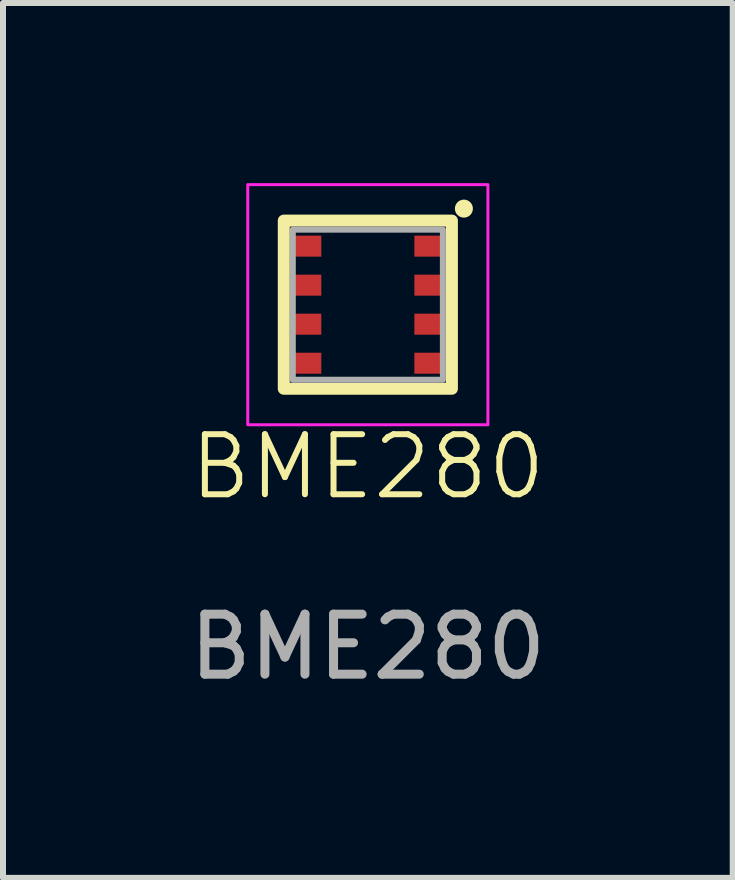
<source format=kicad_pcb>
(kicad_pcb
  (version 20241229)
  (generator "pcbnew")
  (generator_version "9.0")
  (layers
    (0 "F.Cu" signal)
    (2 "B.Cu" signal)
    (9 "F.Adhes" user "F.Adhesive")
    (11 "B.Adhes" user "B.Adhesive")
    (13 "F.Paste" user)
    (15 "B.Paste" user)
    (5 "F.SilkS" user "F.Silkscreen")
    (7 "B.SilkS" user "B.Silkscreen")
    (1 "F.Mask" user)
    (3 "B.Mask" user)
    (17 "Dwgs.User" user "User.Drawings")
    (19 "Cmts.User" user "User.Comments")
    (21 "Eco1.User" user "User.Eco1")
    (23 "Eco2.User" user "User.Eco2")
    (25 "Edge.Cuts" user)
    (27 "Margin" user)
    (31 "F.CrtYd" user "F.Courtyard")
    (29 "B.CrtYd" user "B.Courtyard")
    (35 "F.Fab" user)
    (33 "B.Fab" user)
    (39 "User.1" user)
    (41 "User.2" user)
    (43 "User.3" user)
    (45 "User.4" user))
  (footprint "BME280"
    (layer "F.Cu")
    (at 3.077 2.025)
    (property "Reference" "BME280" (at 0 2.7 0) (unlocked yes) (layer "F.SilkS") (effects (font (size 1 1) (thickness 0.1))))
    (attr smd)
    (fp_rect (start -1.4 -1.4) (end 1.4 1.4) (stroke (width 0.2) (type default)) (fill no) (layer "F.SilkS"))
    (fp_circle (center 1.6 -1.6) (end 1.7 -1.6) (stroke (width 0.1) (type solid)) (fill yes) (layer "F.SilkS"))
    (fp_rect (start -2 -2) (end 2 2) (stroke (width 0.05) (type default)) (fill no) (layer "F.CrtYd"))
    (fp_rect (start -1.25 -1.25) (end 1.25 1.25) (stroke (width 0.1) (type default)) (fill no) (layer "F.Fab"))
    (fp_text user "${REFERENCE}" (at 0 5.7 0) (unlocked yes) (layer "F.Fab") (effects (font (size 1 1) (thickness 0.15))))
    (pad "1" smd rect (at 1.025 -0.975) (size 0.5 0.35) (layers "F.Cu" "F.Mask" "F.Paste"))
    (pad "2" smd rect (at 1.025 -0.325) (size 0.5 0.35) (layers "F.Cu" "F.Mask" "F.Paste"))
    (pad "3" smd rect (at 1.025 0.325) (size 0.5 0.35) (layers "F.Cu" "F.Mask" "F.Paste"))
    (pad "4" smd rect (at 1.025 0.975) (size 0.5 0.35) (layers "F.Cu" "F.Mask" "F.Paste"))
    (pad "5" smd rect (at -1.025 0.975) (size 0.5 0.35) (layers "F.Cu" "F.Mask" "F.Paste"))
    (pad "6" smd rect (at -1.025 0.325) (size 0.5 0.35) (layers "F.Cu" "F.Mask" "F.Paste"))
    (pad "7" smd rect (at -1.025 -0.325) (size 0.5 0.35) (layers "F.Cu" "F.Mask" "F.Paste"))
    (pad "8" smd rect (at -1.025 -0.975) (size 0.5 0.35) (layers "F.Cu" "F.Mask" "F.Paste")))
  (gr_rect
    (start -3 -3)
    (end 9.155 11.573)
    (stroke (width 0.1) (type default))
    (fill no)
    (layer "Edge.Cuts")))
</source>
